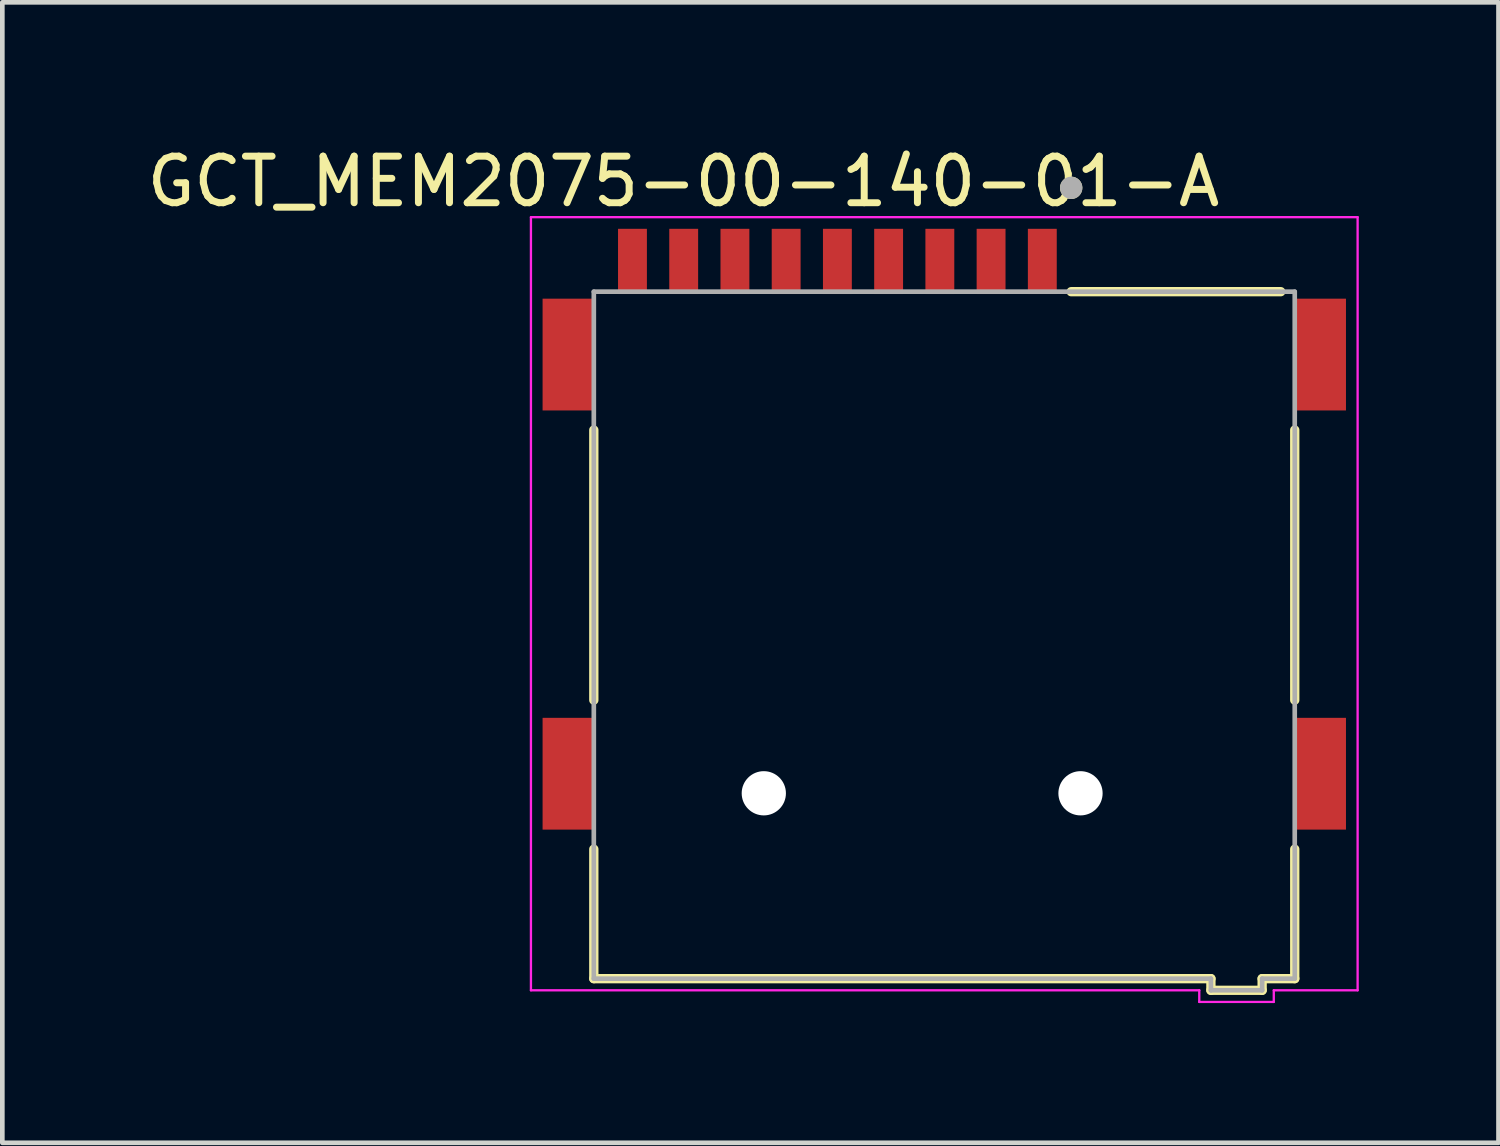
<source format=kicad_pcb>
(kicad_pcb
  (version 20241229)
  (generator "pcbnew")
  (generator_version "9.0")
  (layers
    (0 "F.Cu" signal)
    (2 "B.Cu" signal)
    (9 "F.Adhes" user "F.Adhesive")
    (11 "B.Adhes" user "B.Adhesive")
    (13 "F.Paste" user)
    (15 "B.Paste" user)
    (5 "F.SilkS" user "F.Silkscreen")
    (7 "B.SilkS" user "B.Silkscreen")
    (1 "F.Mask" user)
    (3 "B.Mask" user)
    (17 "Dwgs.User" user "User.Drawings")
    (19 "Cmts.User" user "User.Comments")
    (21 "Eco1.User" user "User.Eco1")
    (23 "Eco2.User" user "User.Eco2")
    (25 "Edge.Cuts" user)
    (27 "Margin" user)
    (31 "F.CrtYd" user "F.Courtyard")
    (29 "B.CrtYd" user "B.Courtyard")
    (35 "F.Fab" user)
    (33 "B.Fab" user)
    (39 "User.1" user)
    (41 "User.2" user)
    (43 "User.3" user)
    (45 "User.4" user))
  (footprint "GCT_MEM2075-00-140-01-A"
    (layer "F.Cu")
    (at 16.75 13.983)
    (property "Reference" "GCT_MEM2075-00-140-01-A" (at -5.125 -13.135 0) (layer "F.SilkS") (effects (font (size 1 1) (thickness 0.15))))
    (attr smd)
    (fp_line (start -7.05 -2) (end -7.05 -7.8) (stroke (width 0.2) (type solid)) (layer "F.SilkS"))
    (fp_line (start -7.05 3.98) (end -7.05 1.2) (stroke (width 0.2) (type solid)) (layer "F.SilkS"))
    (fp_line (start -7.05 3.98) (end 6.2 3.98) (stroke (width 0.2) (type solid)) (layer "F.SilkS"))
    (fp_line (start 3.2 -10.77) (end 7.7 -10.77) (stroke (width 0.2) (type solid)) (layer "F.SilkS"))
    (fp_line (start 6.2 3.98) (end 6.2 4.23) (stroke (width 0.2) (type solid)) (layer "F.SilkS"))
    (fp_line (start 6.2 4.23) (end 7.3 4.23) (stroke (width 0.2) (type solid)) (layer "F.SilkS"))
    (fp_line (start 7.3 3.98) (end 8 3.98) (stroke (width 0.2) (type solid)) (layer "F.SilkS"))
    (fp_line (start 7.3 4.23) (end 7.3 3.98) (stroke (width 0.2) (type solid)) (layer "F.SilkS"))
    (fp_line (start 8 -2) (end 8 -7.8) (stroke (width 0.2) (type solid)) (layer "F.SilkS"))
    (fp_line (start 8 3.98) (end 8 1.2) (stroke (width 0.2) (type solid)) (layer "F.SilkS"))
    (fp_circle (center 3.2 -13) (end 3.32 -13) (stroke (width 0.24) (type solid)) (fill no) (layer "F.SilkS"))
    (fp_line (start -8.4 -12.37) (end 9.35 -12.37) (stroke (width 0.05) (type solid)) (layer "F.CrtYd"))
    (fp_line (start -8.4 4.23) (end -8.4 -12.37) (stroke (width 0.05) (type solid)) (layer "F.CrtYd"))
    (fp_line (start -8.4 4.23) (end 5.95 4.23) (stroke (width 0.05) (type solid)) (layer "F.CrtYd"))
    (fp_line (start 5.95 4.23) (end 5.95 4.48) (stroke (width 0.05) (type solid)) (layer "F.CrtYd"))
    (fp_line (start 5.95 4.48) (end 7.55 4.48) (stroke (width 0.05) (type solid)) (layer "F.CrtYd"))
    (fp_line (start 7.55 4.23) (end 9.35 4.23) (stroke (width 0.05) (type solid)) (layer "F.CrtYd"))
    (fp_line (start 7.55 4.48) (end 7.55 4.23) (stroke (width 0.05) (type solid)) (layer "F.CrtYd"))
    (fp_line (start 9.35 -12.37) (end 9.35 4.23) (stroke (width 0.05) (type solid)) (layer "F.CrtYd"))
    (fp_line (start -7.05 -10.77) (end 8 -10.77) (stroke (width 0.1) (type solid)) (layer "F.Fab"))
    (fp_line (start -7.05 3.98) (end -7.05 -10.77) (stroke (width 0.1) (type solid)) (layer "F.Fab"))
    (fp_line (start -7.05 3.98) (end 6.2 3.98) (stroke (width 0.1) (type solid)) (layer "F.Fab"))
    (fp_line (start 6.2 3.98) (end 6.2 4.23) (stroke (width 0.1) (type solid)) (layer "F.Fab"))
    (fp_line (start 6.2 4.23) (end 7.3 4.23) (stroke (width 0.1) (type solid)) (layer "F.Fab"))
    (fp_line (start 7.3 3.98) (end 8 3.98) (stroke (width 0.1) (type solid)) (layer "F.Fab"))
    (fp_line (start 7.3 4.23) (end 7.3 3.98) (stroke (width 0.1) (type solid)) (layer "F.Fab"))
    (fp_line (start 8 3.98) (end 8 -10.77) (stroke (width 0.1) (type solid)) (layer "F.Fab"))
    (fp_circle (center 3.2 -13) (end 3.32 -13) (stroke (width 0.24) (type solid)) (fill no) (layer "F.Fab"))
    (pad "" np_thru_hole circle (at -3.4 0) (size 0.95 0.95) (drill 0.95) (layers "*.Cu" "*.Mask"))
    (pad "" np_thru_hole circle (at 3.4 0) (size 0.95 0.95) (drill 0.95) (layers "*.Cu" "*.Mask"))
    (pad "P1" smd rect (at 2.58 -11.42) (size 0.62 1.4) (layers "F.Cu" "F.Mask" "F.Paste"))
    (pad "P2" smd rect (at 1.48 -11.42) (size 0.62 1.4) (layers "F.Cu" "F.Mask" "F.Paste"))
    (pad "P3" smd rect (at 0.38 -11.42) (size 0.62 1.4) (layers "F.Cu" "F.Mask" "F.Paste"))
    (pad "P4" smd rect (at -0.72 -11.42) (size 0.62 1.4) (layers "F.Cu" "F.Mask" "F.Paste"))
    (pad "P5" smd rect (at -1.82 -11.42) (size 0.62 1.4) (layers "F.Cu" "F.Mask" "F.Paste"))
    (pad "P6" smd rect (at -2.92 -11.42) (size 0.62 1.4) (layers "F.Cu" "F.Mask" "F.Paste"))
    (pad "P7" smd rect (at -4.02 -11.42) (size 0.62 1.4) (layers "F.Cu" "F.Mask" "F.Paste"))
    (pad "P8" smd rect (at -5.12 -11.42) (size 0.62 1.4) (layers "F.Cu" "F.Mask" "F.Paste"))
    (pad "P9" smd rect (at -6.22 -11.42) (size 0.62 1.4) (layers "F.Cu" "F.Mask" "F.Paste"))
    (pad "SH1" smd rect (at -7.6 -0.42) (size 1.1 2.4) (layers "F.Cu" "F.Mask" "F.Paste"))
    (pad "SH2" smd rect (at -7.6 -9.42) (size 1.1 2.4) (layers "F.Cu" "F.Mask" "F.Paste"))
    (pad "SH3" smd rect (at 8.55 -9.42) (size 1.1 2.4) (layers "F.Cu" "F.Mask" "F.Paste"))
    (pad "SH4" smd rect (at 8.55 -0.42) (size 1.1 2.4) (layers "F.Cu" "F.Mask" "F.Paste"))
    (zone (net_name "") (layer "F.Cu") (hatch full 0.508) (connect_pads) (min_thickness 0.01) (filled_areas_thickness no) (keepout (tracks not_allowed) (vias not_allowed) (pads not_allowed) (copperpour not_allowed) (footprints allowed)) (placement (enabled no)) (fill) (polygon (pts (xy 9.7 6.063) (xy 19.9 6.063) (xy 19.9 10.113) (xy 9.7 10.113))))
    (zone (net_name "") (layers "F.Cu" "B.Cu") (hatch full 0.508) (connect_pads) (min_thickness 0.01) (filled_areas_thickness no) (keepout (tracks allowed) (vias not_allowed) (pads allowed) (copperpour allowed) (footprints allowed)) (placement (enabled no)) (fill) (polygon (pts (xy 9.7 6.063) (xy 19.9 6.063) (xy 19.9 10.113) (xy 9.7 10.113)))))
  (gr_rect
    (start -3 -3)
    (end 29.125 21.488)
    (stroke (width 0.1) (type default))
    (fill no)
    (layer "Edge.Cuts")))
</source>
